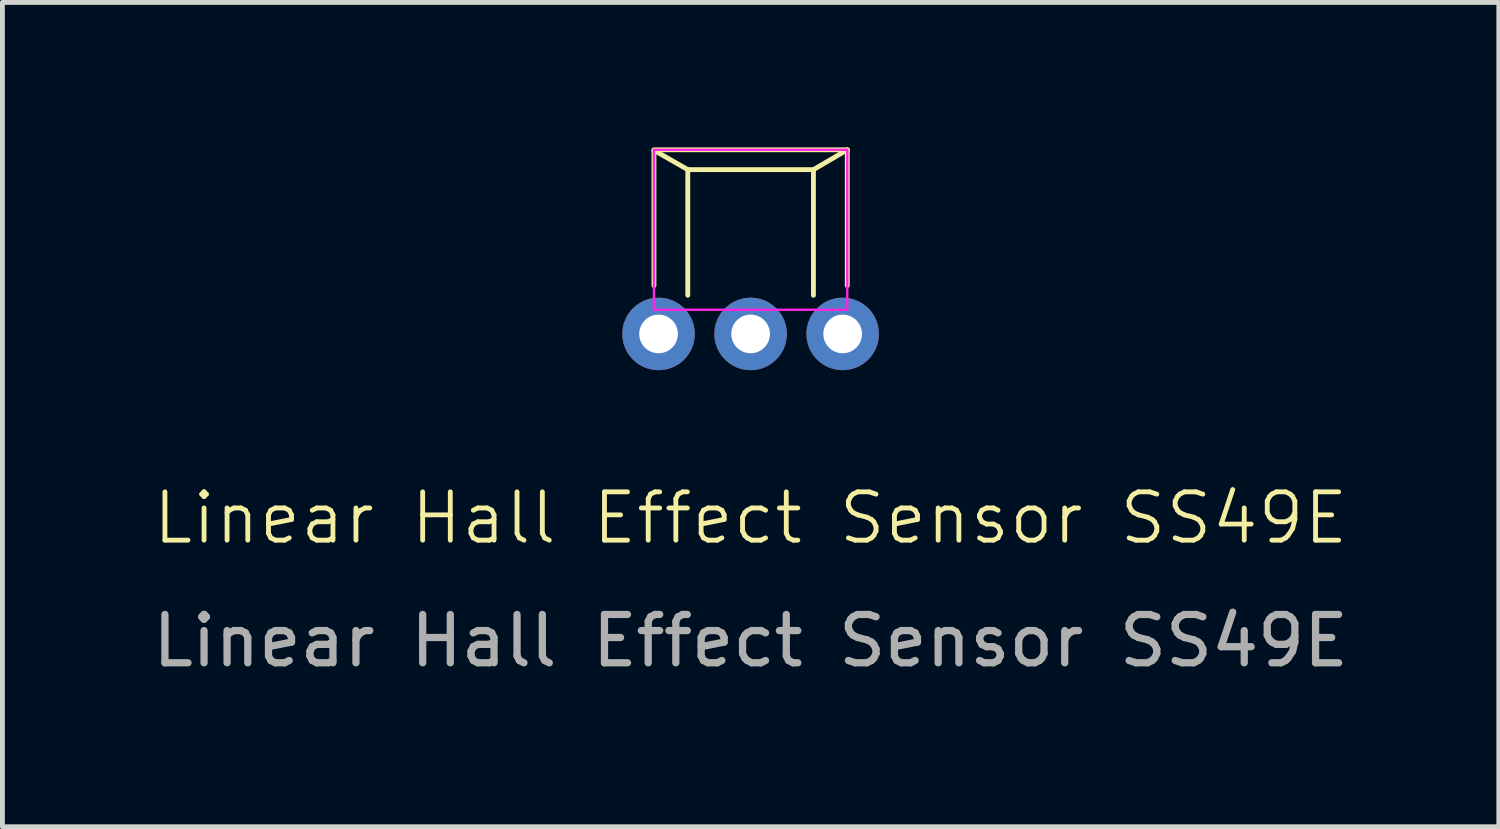
<source format=kicad_pcb>
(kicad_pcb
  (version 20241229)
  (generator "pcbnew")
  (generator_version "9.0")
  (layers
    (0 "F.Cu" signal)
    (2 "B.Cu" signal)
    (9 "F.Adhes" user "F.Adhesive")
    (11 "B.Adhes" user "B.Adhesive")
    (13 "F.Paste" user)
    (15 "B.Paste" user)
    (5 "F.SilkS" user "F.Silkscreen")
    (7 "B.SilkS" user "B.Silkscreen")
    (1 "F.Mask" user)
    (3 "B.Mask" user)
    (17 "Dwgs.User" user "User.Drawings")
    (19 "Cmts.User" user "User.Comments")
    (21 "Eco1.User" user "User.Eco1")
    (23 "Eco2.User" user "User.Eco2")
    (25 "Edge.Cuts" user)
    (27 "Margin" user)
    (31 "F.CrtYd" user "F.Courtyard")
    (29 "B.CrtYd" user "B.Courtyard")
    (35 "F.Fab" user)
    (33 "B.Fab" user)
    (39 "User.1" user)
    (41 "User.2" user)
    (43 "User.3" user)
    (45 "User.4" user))
  (footprint "Linear Hall Effect Sensor SS49E"
    (layer "F.Cu")
    (at 12.482 3.86)
    (property "Reference" "Linear Hall Effect Sensor SS49E" (at 0 3.81 0) (unlocked yes) (layer "F.SilkS") (effects (font (size 1 1) (thickness 0.1))))
    (attr through_hole)
    (fp_line (start -2 -3.8) (end -2 -1) (stroke (width 0.1) (type default)) (layer "F.SilkS"))
    (fp_line (start -1.3 -3.4) (end -2 -3.8) (stroke (width 0.1) (type default)) (layer "F.SilkS"))
    (fp_line (start -1.3 -3.4) (end -1.3 -0.8) (stroke (width 0.1) (type default)) (layer "F.SilkS"))
    (fp_line (start -1.3 -3.4) (end 1.3 -3.4) (stroke (width 0.1) (type default)) (layer "F.SilkS"))
    (fp_line (start 1.3 -3.4) (end 1.3 -0.8) (stroke (width 0.1) (type default)) (layer "F.SilkS"))
    (fp_line (start 2 -3.81) (end -2 -3.81) (stroke (width 0.1) (type default)) (layer "F.SilkS"))
    (fp_line (start 2 -3.81) (end 1.3 -3.4) (stroke (width 0.1) (type default)) (layer "F.SilkS"))
    (fp_line (start 2 -1) (end 2 -3.81) (stroke (width 0.1) (type default)) (layer "F.SilkS"))
    (fp_line (start -2 -3.81) (end -2 -0.5) (stroke (width 0.05) (type default)) (layer "F.CrtYd"))
    (fp_line (start -2 -0.5) (end 2 -0.5) (stroke (width 0.05) (type default)) (layer "F.CrtYd"))
    (fp_line (start 2 -3.81) (end -2 -3.81) (stroke (width 0.05) (type default)) (layer "F.CrtYd"))
    (fp_line (start 2 -0.5) (end 2 -3.81) (stroke (width 0.05) (type default)) (layer "F.CrtYd"))
    (fp_text user "${REFERENCE}" (at 0 6.35 0) (unlocked yes) (layer "F.Fab") (effects (font (size 1 1) (thickness 0.15))))
    (pad "1" thru_hole circle (at -1.905 0) (size 1.5 1.5) (drill 0.8) (layers "*.Cu" "*.Mask"))
    (pad "2" thru_hole circle (at 0 0) (size 1.5 1.5) (drill 0.8) (layers "*.Cu" "*.Mask"))
    (pad "3" thru_hole circle (at 1.905 0) (size 1.5 1.5) (drill 0.8) (layers "*.Cu" "*.Mask")))
  (gr_rect
    (start -3 -3)
    (end 27.964 14.058)
    (stroke (width 0.1) (type default))
    (fill no)
    (layer "Edge.Cuts")))
</source>
